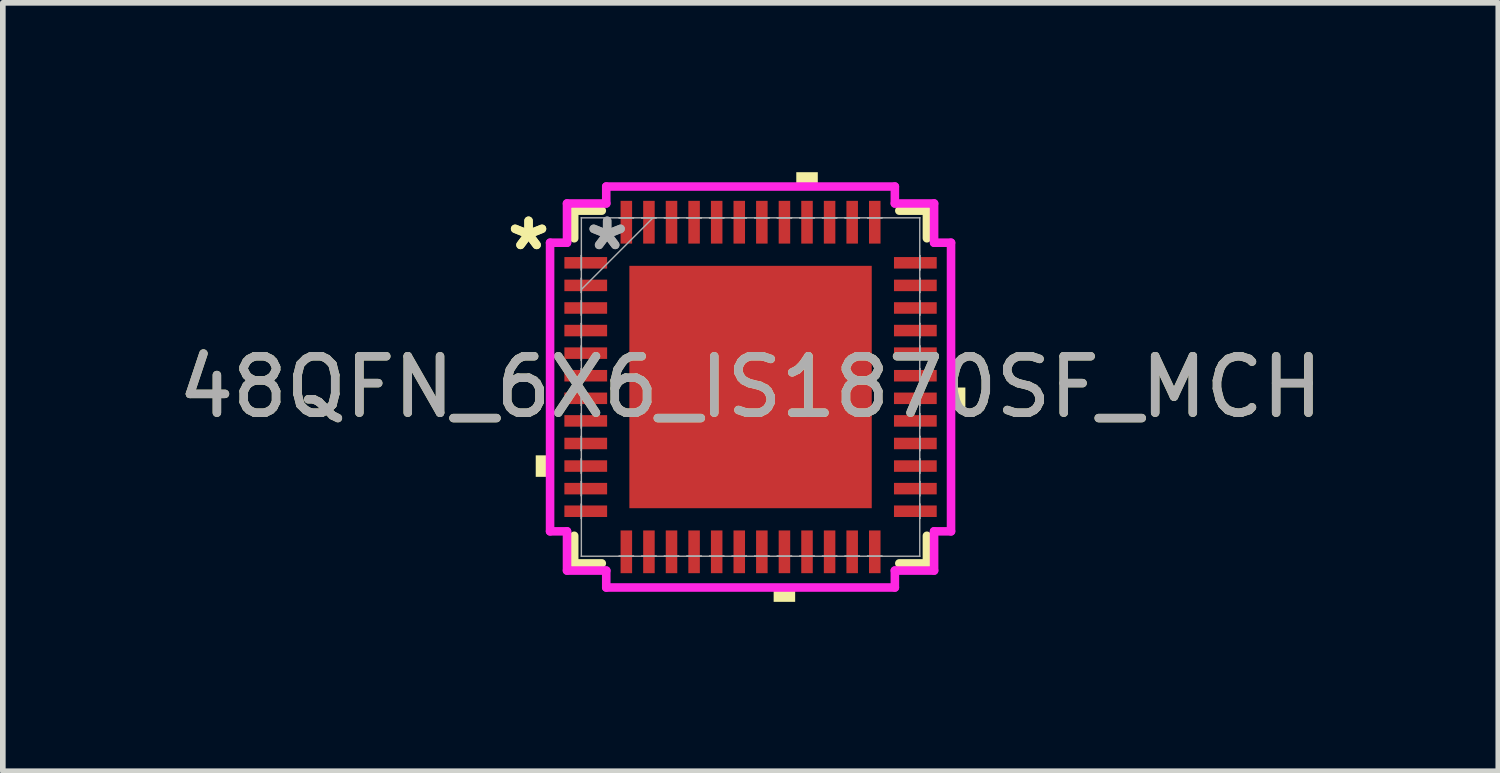
<source format=kicad_pcb>
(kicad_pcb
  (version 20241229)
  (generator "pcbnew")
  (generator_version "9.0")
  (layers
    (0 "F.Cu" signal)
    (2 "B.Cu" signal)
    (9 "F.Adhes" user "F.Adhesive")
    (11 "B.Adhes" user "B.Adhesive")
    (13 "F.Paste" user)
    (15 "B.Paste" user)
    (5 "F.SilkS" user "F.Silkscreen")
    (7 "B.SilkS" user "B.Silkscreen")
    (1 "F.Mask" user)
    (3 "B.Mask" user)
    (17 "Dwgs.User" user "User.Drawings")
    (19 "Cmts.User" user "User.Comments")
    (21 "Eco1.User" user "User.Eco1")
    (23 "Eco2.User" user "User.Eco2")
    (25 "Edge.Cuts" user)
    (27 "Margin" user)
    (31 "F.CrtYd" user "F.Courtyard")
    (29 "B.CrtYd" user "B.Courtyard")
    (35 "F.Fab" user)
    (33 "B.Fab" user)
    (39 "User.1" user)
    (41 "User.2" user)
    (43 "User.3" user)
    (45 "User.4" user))
  (footprint "48QFN_6X6_IS1870SF_MCH"
    (layer "F.Cu")
    (at 10.244 3.805)
    (property "Reference" "48QFN_6X6_IS1870SF_MCH" (at 0 0 0) (unlocked yes) (layer "F.SilkS") (effects (font (size 1 1) (thickness 0.15))))
    (attr smd)
    (fp_line (start -3.124 -3.124) (end -3.124 -2.635) (stroke (width 0.152) (type solid)) (layer "F.SilkS"))
    (fp_line (start -3.124 2.635) (end -3.124 3.124) (stroke (width 0.152) (type solid)) (layer "F.SilkS"))
    (fp_line (start -3.124 3.124) (end -2.635 3.124) (stroke (width 0.152) (type solid)) (layer "F.SilkS"))
    (fp_line (start -2.635 -3.124) (end -3.124 -3.124) (stroke (width 0.152) (type solid)) (layer "F.SilkS"))
    (fp_line (start 2.635 3.124) (end 3.124 3.124) (stroke (width 0.152) (type solid)) (layer "F.SilkS"))
    (fp_line (start 3.124 -3.124) (end 2.635 -3.124) (stroke (width 0.152) (type solid)) (layer "F.SilkS"))
    (fp_line (start 3.124 -2.635) (end 3.124 -3.124) (stroke (width 0.152) (type solid)) (layer "F.SilkS"))
    (fp_line (start 3.124 3.124) (end 3.124 2.635) (stroke (width 0.152) (type solid)) (layer "F.SilkS"))
    (fp_poly (pts (xy -3.805 1.21) (xy -3.805 1.591) (xy -3.551 1.591) (xy -3.551 1.21)) (stroke (width 0) (type solid)) (fill yes) (layer "F.SilkS"))
    (fp_poly (pts (xy 0.409 3.551) (xy 0.409 3.805) (xy 0.79 3.805) (xy 0.79 3.551)) (stroke (width 0) (type solid)) (fill yes) (layer "F.SilkS"))
    (fp_poly (pts (xy 0.81 -3.551) (xy 0.81 -3.805) (xy 1.191 -3.805) (xy 1.191 -3.551)) (stroke (width 0) (type solid)) (fill yes) (layer "F.SilkS"))
    (fp_poly (pts (xy 3.805 0.009) (xy 3.805 0.391) (xy 3.551 0.391) (xy 3.551 0.009)) (stroke (width 0) (type solid)) (fill yes) (layer "F.SilkS"))
    (fp_poly (pts (xy -2.046 -2.046) (xy -2.046 -0.815) (xy -0.815 -0.815) (xy -0.815 -2.046)) (stroke (width 0) (type solid)) (fill yes) (layer "F.Paste"))
    (fp_poly (pts (xy -2.046 -0.615) (xy -2.046 0.615) (xy -0.815 0.615) (xy -0.815 -0.615)) (stroke (width 0) (type solid)) (fill yes) (layer "F.Paste"))
    (fp_poly (pts (xy -2.046 0.815) (xy -2.046 2.046) (xy -0.815 2.046) (xy -0.815 0.815)) (stroke (width 0) (type solid)) (fill yes) (layer "F.Paste"))
    (fp_poly (pts (xy -0.615 -2.046) (xy -0.615 -0.815) (xy 0.615 -0.815) (xy 0.615 -2.046)) (stroke (width 0) (type solid)) (fill yes) (layer "F.Paste"))
    (fp_poly (pts (xy -0.615 -0.615) (xy -0.615 0.615) (xy 0.615 0.615) (xy 0.615 -0.615)) (stroke (width 0) (type solid)) (fill yes) (layer "F.Paste"))
    (fp_poly (pts (xy -0.615 0.815) (xy -0.615 2.046) (xy 0.615 2.046) (xy 0.615 0.815)) (stroke (width 0) (type solid)) (fill yes) (layer "F.Paste"))
    (fp_poly (pts (xy 0.815 -2.046) (xy 0.815 -0.815) (xy 2.046 -0.815) (xy 2.046 -2.046)) (stroke (width 0) (type solid)) (fill yes) (layer "F.Paste"))
    (fp_poly (pts (xy 0.815 -0.615) (xy 0.815 0.615) (xy 2.046 0.615) (xy 2.046 -0.615)) (stroke (width 0) (type solid)) (fill yes) (layer "F.Paste"))
    (fp_poly (pts (xy 0.815 0.815) (xy 0.815 2.046) (xy 2.046 2.046) (xy 2.046 0.815)) (stroke (width 0) (type solid)) (fill yes) (layer "F.Paste"))
    (fp_line (start -3.551 -2.556) (end -3.251 -2.556) (stroke (width 0.152) (type solid)) (layer "F.CrtYd"))
    (fp_line (start -3.551 2.556) (end -3.551 -2.556) (stroke (width 0.152) (type solid)) (layer "F.CrtYd"))
    (fp_line (start -3.251 -3.251) (end -2.556 -3.251) (stroke (width 0.152) (type solid)) (layer "F.CrtYd"))
    (fp_line (start -3.251 -2.556) (end -3.251 -3.251) (stroke (width 0.152) (type solid)) (layer "F.CrtYd"))
    (fp_line (start -3.251 2.556) (end -3.551 2.556) (stroke (width 0.152) (type solid)) (layer "F.CrtYd"))
    (fp_line (start -3.251 3.251) (end -3.251 2.556) (stroke (width 0.152) (type solid)) (layer "F.CrtYd"))
    (fp_line (start -2.556 -3.551) (end 2.556 -3.551) (stroke (width 0.152) (type solid)) (layer "F.CrtYd"))
    (fp_line (start -2.556 -3.251) (end -2.556 -3.551) (stroke (width 0.152) (type solid)) (layer "F.CrtYd"))
    (fp_line (start -2.556 3.251) (end -3.251 3.251) (stroke (width 0.152) (type solid)) (layer "F.CrtYd"))
    (fp_line (start -2.556 3.551) (end -2.556 3.251) (stroke (width 0.152) (type solid)) (layer "F.CrtYd"))
    (fp_line (start 2.556 -3.551) (end 2.556 -3.251) (stroke (width 0.152) (type solid)) (layer "F.CrtYd"))
    (fp_line (start 2.556 -3.251) (end 3.251 -3.251) (stroke (width 0.152) (type solid)) (layer "F.CrtYd"))
    (fp_line (start 2.556 3.251) (end 2.556 3.551) (stroke (width 0.152) (type solid)) (layer "F.CrtYd"))
    (fp_line (start 2.556 3.551) (end -2.556 3.551) (stroke (width 0.152) (type solid)) (layer "F.CrtYd"))
    (fp_line (start 3.251 -3.251) (end 3.251 -2.556) (stroke (width 0.152) (type solid)) (layer "F.CrtYd"))
    (fp_line (start 3.251 -2.556) (end 3.551 -2.556) (stroke (width 0.152) (type solid)) (layer "F.CrtYd"))
    (fp_line (start 3.251 2.556) (end 3.251 3.251) (stroke (width 0.152) (type solid)) (layer "F.CrtYd"))
    (fp_line (start 3.251 3.251) (end 2.556 3.251) (stroke (width 0.152) (type solid)) (layer "F.CrtYd"))
    (fp_line (start 3.551 -2.556) (end 3.551 2.556) (stroke (width 0.152) (type solid)) (layer "F.CrtYd"))
    (fp_line (start 3.551 2.556) (end 3.251 2.556) (stroke (width 0.152) (type solid)) (layer "F.CrtYd"))
    (fp_line (start -2.997 -2.997) (end -2.997 -2.997) (stroke (width 0.025) (type solid)) (layer "F.Fab"))
    (fp_line (start -2.997 -2.997) (end -2.997 2.997) (stroke (width 0.025) (type solid)) (layer "F.Fab"))
    (fp_line (start -2.997 -2.327) (end -2.997 -2.327) (stroke (width 0.025) (type solid)) (layer "F.Fab"))
    (fp_line (start -2.997 -2.327) (end -2.997 -2.073) (stroke (width 0.025) (type solid)) (layer "F.Fab"))
    (fp_line (start -2.997 -2.073) (end -2.997 -2.327) (stroke (width 0.025) (type solid)) (layer "F.Fab"))
    (fp_line (start -2.997 -2.073) (end -2.997 -2.073) (stroke (width 0.025) (type solid)) (layer "F.Fab"))
    (fp_line (start -2.997 -1.927) (end -2.997 -1.927) (stroke (width 0.025) (type solid)) (layer "F.Fab"))
    (fp_line (start -2.997 -1.927) (end -2.997 -1.673) (stroke (width 0.025) (type solid)) (layer "F.Fab"))
    (fp_line (start -2.997 -1.727) (end -1.727 -2.997) (stroke (width 0.025) (type solid)) (layer "F.Fab"))
    (fp_line (start -2.997 -1.673) (end -2.997 -1.927) (stroke (width 0.025) (type solid)) (layer "F.Fab"))
    (fp_line (start -2.997 -1.673) (end -2.997 -1.673) (stroke (width 0.025) (type solid)) (layer "F.Fab"))
    (fp_line (start -2.997 -1.527) (end -2.997 -1.527) (stroke (width 0.025) (type solid)) (layer "F.Fab"))
    (fp_line (start -2.997 -1.527) (end -2.997 -1.273) (stroke (width 0.025) (type solid)) (layer "F.Fab"))
    (fp_line (start -2.997 -1.273) (end -2.997 -1.527) (stroke (width 0.025) (type solid)) (layer "F.Fab"))
    (fp_line (start -2.997 -1.273) (end -2.997 -1.273) (stroke (width 0.025) (type solid)) (layer "F.Fab"))
    (fp_line (start -2.997 -1.127) (end -2.997 -1.127) (stroke (width 0.025) (type solid)) (layer "F.Fab"))
    (fp_line (start -2.997 -1.127) (end -2.997 -0.873) (stroke (width 0.025) (type solid)) (layer "F.Fab"))
    (fp_line (start -2.997 -0.873) (end -2.997 -1.127) (stroke (width 0.025) (type solid)) (layer "F.Fab"))
    (fp_line (start -2.997 -0.873) (end -2.997 -0.873) (stroke (width 0.025) (type solid)) (layer "F.Fab"))
    (fp_line (start -2.997 -0.727) (end -2.997 -0.727) (stroke (width 0.025) (type solid)) (layer "F.Fab"))
    (fp_line (start -2.997 -0.727) (end -2.997 -0.473) (stroke (width 0.025) (type solid)) (layer "F.Fab"))
    (fp_line (start -2.997 -0.473) (end -2.997 -0.727) (stroke (width 0.025) (type solid)) (layer "F.Fab"))
    (fp_line (start -2.997 -0.473) (end -2.997 -0.473) (stroke (width 0.025) (type solid)) (layer "F.Fab"))
    (fp_line (start -2.997 -0.327) (end -2.997 -0.327) (stroke (width 0.025) (type solid)) (layer "F.Fab"))
    (fp_line (start -2.997 -0.327) (end -2.997 -0.073) (stroke (width 0.025) (type solid)) (layer "F.Fab"))
    (fp_line (start -2.997 -0.073) (end -2.997 -0.327) (stroke (width 0.025) (type solid)) (layer "F.Fab"))
    (fp_line (start -2.997 -0.073) (end -2.997 -0.073) (stroke (width 0.025) (type solid)) (layer "F.Fab"))
    (fp_line (start -2.997 0.073) (end -2.997 0.073) (stroke (width 0.025) (type solid)) (layer "F.Fab"))
    (fp_line (start -2.997 0.073) (end -2.997 0.327) (stroke (width 0.025) (type solid)) (layer "F.Fab"))
    (fp_line (start -2.997 0.327) (end -2.997 0.073) (stroke (width 0.025) (type solid)) (layer "F.Fab"))
    (fp_line (start -2.997 0.327) (end -2.997 0.327) (stroke (width 0.025) (type solid)) (layer "F.Fab"))
    (fp_line (start -2.997 0.473) (end -2.997 0.473) (stroke (width 0.025) (type solid)) (layer "F.Fab"))
    (fp_line (start -2.997 0.473) (end -2.997 0.727) (stroke (width 0.025) (type solid)) (layer "F.Fab"))
    (fp_line (start -2.997 0.727) (end -2.997 0.473) (stroke (width 0.025) (type solid)) (layer "F.Fab"))
    (fp_line (start -2.997 0.727) (end -2.997 0.727) (stroke (width 0.025) (type solid)) (layer "F.Fab"))
    (fp_line (start -2.997 0.873) (end -2.997 0.873) (stroke (width 0.025) (type solid)) (layer "F.Fab"))
    (fp_line (start -2.997 0.873) (end -2.997 1.127) (stroke (width 0.025) (type solid)) (layer "F.Fab"))
    (fp_line (start -2.997 1.127) (end -2.997 0.873) (stroke (width 0.025) (type solid)) (layer "F.Fab"))
    (fp_line (start -2.997 1.127) (end -2.997 1.127) (stroke (width 0.025) (type solid)) (layer "F.Fab"))
    (fp_line (start -2.997 1.273) (end -2.997 1.273) (stroke (width 0.025) (type solid)) (layer "F.Fab"))
    (fp_line (start -2.997 1.273) (end -2.997 1.527) (stroke (width 0.025) (type solid)) (layer "F.Fab"))
    (fp_line (start -2.997 1.527) (end -2.997 1.273) (stroke (width 0.025) (type solid)) (layer "F.Fab"))
    (fp_line (start -2.997 1.527) (end -2.997 1.527) (stroke (width 0.025) (type solid)) (layer "F.Fab"))
    (fp_line (start -2.997 1.673) (end -2.997 1.673) (stroke (width 0.025) (type solid)) (layer "F.Fab"))
    (fp_line (start -2.997 1.673) (end -2.997 1.927) (stroke (width 0.025) (type solid)) (layer "F.Fab"))
    (fp_line (start -2.997 1.927) (end -2.997 1.673) (stroke (width 0.025) (type solid)) (layer "F.Fab"))
    (fp_line (start -2.997 1.927) (end -2.997 1.927) (stroke (width 0.025) (type solid)) (layer "F.Fab"))
    (fp_line (start -2.997 2.073) (end -2.997 2.073) (stroke (width 0.025) (type solid)) (layer "F.Fab"))
    (fp_line (start -2.997 2.073) (end -2.997 2.327) (stroke (width 0.025) (type solid)) (layer "F.Fab"))
    (fp_line (start -2.997 2.327) (end -2.997 2.073) (stroke (width 0.025) (type solid)) (layer "F.Fab"))
    (fp_line (start -2.997 2.327) (end -2.997 2.327) (stroke (width 0.025) (type solid)) (layer "F.Fab"))
    (fp_line (start -2.997 2.997) (end -2.997 2.997) (stroke (width 0.025) (type solid)) (layer "F.Fab"))
    (fp_line (start -2.997 2.997) (end 2.997 2.997) (stroke (width 0.025) (type solid)) (layer "F.Fab"))
    (fp_line (start -2.327 -2.997) (end -2.327 -2.997) (stroke (width 0.025) (type solid)) (layer "F.Fab"))
    (fp_line (start -2.327 -2.997) (end -2.073 -2.997) (stroke (width 0.025) (type solid)) (layer "F.Fab"))
    (fp_line (start -2.327 2.997) (end -2.327 2.997) (stroke (width 0.025) (type solid)) (layer "F.Fab"))
    (fp_line (start -2.327 2.997) (end -2.073 2.997) (stroke (width 0.025) (type solid)) (layer "F.Fab"))
    (fp_line (start -2.073 -2.997) (end -2.327 -2.997) (stroke (width 0.025) (type solid)) (layer "F.Fab"))
    (fp_line (start -2.073 -2.997) (end -2.073 -2.997) (stroke (width 0.025) (type solid)) (layer "F.Fab"))
    (fp_line (start -2.073 2.997) (end -2.327 2.997) (stroke (width 0.025) (type solid)) (layer "F.Fab"))
    (fp_line (start -2.073 2.997) (end -2.073 2.997) (stroke (width 0.025) (type solid)) (layer "F.Fab"))
    (fp_line (start -1.927 -2.997) (end -1.927 -2.997) (stroke (width 0.025) (type solid)) (layer "F.Fab"))
    (fp_line (start -1.927 -2.997) (end -1.673 -2.997) (stroke (width 0.025) (type solid)) (layer "F.Fab"))
    (fp_line (start -1.927 2.997) (end -1.927 2.997) (stroke (width 0.025) (type solid)) (layer "F.Fab"))
    (fp_line (start -1.927 2.997) (end -1.673 2.997) (stroke (width 0.025) (type solid)) (layer "F.Fab"))
    (fp_line (start -1.673 -2.997) (end -1.927 -2.997) (stroke (width 0.025) (type solid)) (layer "F.Fab"))
    (fp_line (start -1.673 -2.997) (end -1.673 -2.997) (stroke (width 0.025) (type solid)) (layer "F.Fab"))
    (fp_line (start -1.673 2.997) (end -1.927 2.997) (stroke (width 0.025) (type solid)) (layer "F.Fab"))
    (fp_line (start -1.673 2.997) (end -1.673 2.997) (stroke (width 0.025) (type solid)) (layer "F.Fab"))
    (fp_line (start -1.527 -2.997) (end -1.527 -2.997) (stroke (width 0.025) (type solid)) (layer "F.Fab"))
    (fp_line (start -1.527 -2.997) (end -1.273 -2.997) (stroke (width 0.025) (type solid)) (layer "F.Fab"))
    (fp_line (start -1.527 2.997) (end -1.527 2.997) (stroke (width 0.025) (type solid)) (layer "F.Fab"))
    (fp_line (start -1.527 2.997) (end -1.273 2.997) (stroke (width 0.025) (type solid)) (layer "F.Fab"))
    (fp_line (start -1.273 -2.997) (end -1.527 -2.997) (stroke (width 0.025) (type solid)) (layer "F.Fab"))
    (fp_line (start -1.273 -2.997) (end -1.273 -2.997) (stroke (width 0.025) (type solid)) (layer "F.Fab"))
    (fp_line (start -1.273 2.997) (end -1.527 2.997) (stroke (width 0.025) (type solid)) (layer "F.Fab"))
    (fp_line (start -1.273 2.997) (end -1.273 2.997) (stroke (width 0.025) (type solid)) (layer "F.Fab"))
    (fp_line (start -1.127 -2.997) (end -1.127 -2.997) (stroke (width 0.025) (type solid)) (layer "F.Fab"))
    (fp_line (start -1.127 -2.997) (end -0.873 -2.997) (stroke (width 0.025) (type solid)) (layer "F.Fab"))
    (fp_line (start -1.127 2.997) (end -1.127 2.997) (stroke (width 0.025) (type solid)) (layer "F.Fab"))
    (fp_line (start -1.127 2.997) (end -0.873 2.997) (stroke (width 0.025) (type solid)) (layer "F.Fab"))
    (fp_line (start -0.873 -2.997) (end -1.127 -2.997) (stroke (width 0.025) (type solid)) (layer "F.Fab"))
    (fp_line (start -0.873 -2.997) (end -0.873 -2.997) (stroke (width 0.025) (type solid)) (layer "F.Fab"))
    (fp_line (start -0.873 2.997) (end -1.127 2.997) (stroke (width 0.025) (type solid)) (layer "F.Fab"))
    (fp_line (start -0.873 2.997) (end -0.873 2.997) (stroke (width 0.025) (type solid)) (layer "F.Fab"))
    (fp_line (start -0.727 -2.997) (end -0.727 -2.997) (stroke (width 0.025) (type solid)) (layer "F.Fab"))
    (fp_line (start -0.727 -2.997) (end -0.473 -2.997) (stroke (width 0.025) (type solid)) (layer "F.Fab"))
    (fp_line (start -0.727 2.997) (end -0.727 2.997) (stroke (width 0.025) (type solid)) (layer "F.Fab"))
    (fp_line (start -0.727 2.997) (end -0.473 2.997) (stroke (width 0.025) (type solid)) (layer "F.Fab"))
    (fp_line (start -0.473 -2.997) (end -0.727 -2.997) (stroke (width 0.025) (type solid)) (layer "F.Fab"))
    (fp_line (start -0.473 -2.997) (end -0.473 -2.997) (stroke (width 0.025) (type solid)) (layer "F.Fab"))
    (fp_line (start -0.473 2.997) (end -0.727 2.997) (stroke (width 0.025) (type solid)) (layer "F.Fab"))
    (fp_line (start -0.473 2.997) (end -0.473 2.997) (stroke (width 0.025) (type solid)) (layer "F.Fab"))
    (fp_line (start -0.327 -2.997) (end -0.327 -2.997) (stroke (width 0.025) (type solid)) (layer "F.Fab"))
    (fp_line (start -0.327 -2.997) (end -0.073 -2.997) (stroke (width 0.025) (type solid)) (layer "F.Fab"))
    (fp_line (start -0.327 2.997) (end -0.327 2.997) (stroke (width 0.025) (type solid)) (layer "F.Fab"))
    (fp_line (start -0.327 2.997) (end -0.073 2.997) (stroke (width 0.025) (type solid)) (layer "F.Fab"))
    (fp_line (start -0.073 -2.997) (end -0.327 -2.997) (stroke (width 0.025) (type solid)) (layer "F.Fab"))
    (fp_line (start -0.073 -2.997) (end -0.073 -2.997) (stroke (width 0.025) (type solid)) (layer "F.Fab"))
    (fp_line (start -0.073 2.997) (end -0.327 2.997) (stroke (width 0.025) (type solid)) (layer "F.Fab"))
    (fp_line (start -0.073 2.997) (end -0.073 2.997) (stroke (width 0.025) (type solid)) (layer "F.Fab"))
    (fp_line (start 0.073 -2.997) (end 0.073 -2.997) (stroke (width 0.025) (type solid)) (layer "F.Fab"))
    (fp_line (start 0.073 -2.997) (end 0.327 -2.997) (stroke (width 0.025) (type solid)) (layer "F.Fab"))
    (fp_line (start 0.073 2.997) (end 0.073 2.997) (stroke (width 0.025) (type solid)) (layer "F.Fab"))
    (fp_line (start 0.073 2.997) (end 0.327 2.997) (stroke (width 0.025) (type solid)) (layer "F.Fab"))
    (fp_line (start 0.327 -2.997) (end 0.073 -2.997) (stroke (width 0.025) (type solid)) (layer "F.Fab"))
    (fp_line (start 0.327 -2.997) (end 0.327 -2.997) (stroke (width 0.025) (type solid)) (layer "F.Fab"))
    (fp_line (start 0.327 2.997) (end 0.073 2.997) (stroke (width 0.025) (type solid)) (layer "F.Fab"))
    (fp_line (start 0.327 2.997) (end 0.327 2.997) (stroke (width 0.025) (type solid)) (layer "F.Fab"))
    (fp_line (start 0.473 -2.997) (end 0.473 -2.997) (stroke (width 0.025) (type solid)) (layer "F.Fab"))
    (fp_line (start 0.473 -2.997) (end 0.727 -2.997) (stroke (width 0.025) (type solid)) (layer "F.Fab"))
    (fp_line (start 0.473 2.997) (end 0.473 2.997) (stroke (width 0.025) (type solid)) (layer "F.Fab"))
    (fp_line (start 0.473 2.997) (end 0.727 2.997) (stroke (width 0.025) (type solid)) (layer "F.Fab"))
    (fp_line (start 0.727 -2.997) (end 0.473 -2.997) (stroke (width 0.025) (type solid)) (layer "F.Fab"))
    (fp_line (start 0.727 -2.997) (end 0.727 -2.997) (stroke (width 0.025) (type solid)) (layer "F.Fab"))
    (fp_line (start 0.727 2.997) (end 0.473 2.997) (stroke (width 0.025) (type solid)) (layer "F.Fab"))
    (fp_line (start 0.727 2.997) (end 0.727 2.997) (stroke (width 0.025) (type solid)) (layer "F.Fab"))
    (fp_line (start 0.873 -2.997) (end 0.873 -2.997) (stroke (width 0.025) (type solid)) (layer "F.Fab"))
    (fp_line (start 0.873 -2.997) (end 1.127 -2.997) (stroke (width 0.025) (type solid)) (layer "F.Fab"))
    (fp_line (start 0.873 2.997) (end 0.873 2.997) (stroke (width 0.025) (type solid)) (layer "F.Fab"))
    (fp_line (start 0.873 2.997) (end 1.127 2.997) (stroke (width 0.025) (type solid)) (layer "F.Fab"))
    (fp_line (start 1.127 -2.997) (end 0.873 -2.997) (stroke (width 0.025) (type solid)) (layer "F.Fab"))
    (fp_line (start 1.127 -2.997) (end 1.127 -2.997) (stroke (width 0.025) (type solid)) (layer "F.Fab"))
    (fp_line (start 1.127 2.997) (end 0.873 2.997) (stroke (width 0.025) (type solid)) (layer "F.Fab"))
    (fp_line (start 1.127 2.997) (end 1.127 2.997) (stroke (width 0.025) (type solid)) (layer "F.Fab"))
    (fp_line (start 1.273 -2.997) (end 1.273 -2.997) (stroke (width 0.025) (type solid)) (layer "F.Fab"))
    (fp_line (start 1.273 -2.997) (end 1.527 -2.997) (stroke (width 0.025) (type solid)) (layer "F.Fab"))
    (fp_line (start 1.273 2.997) (end 1.273 2.997) (stroke (width 0.025) (type solid)) (layer "F.Fab"))
    (fp_line (start 1.273 2.997) (end 1.527 2.997) (stroke (width 0.025) (type solid)) (layer "F.Fab"))
    (fp_line (start 1.527 -2.997) (end 1.273 -2.997) (stroke (width 0.025) (type solid)) (layer "F.Fab"))
    (fp_line (start 1.527 -2.997) (end 1.527 -2.997) (stroke (width 0.025) (type solid)) (layer "F.Fab"))
    (fp_line (start 1.527 2.997) (end 1.273 2.997) (stroke (width 0.025) (type solid)) (layer "F.Fab"))
    (fp_line (start 1.527 2.997) (end 1.527 2.997) (stroke (width 0.025) (type solid)) (layer "F.Fab"))
    (fp_line (start 1.673 -2.997) (end 1.673 -2.997) (stroke (width 0.025) (type solid)) (layer "F.Fab"))
    (fp_line (start 1.673 -2.997) (end 1.927 -2.997) (stroke (width 0.025) (type solid)) (layer "F.Fab"))
    (fp_line (start 1.673 2.997) (end 1.673 2.997) (stroke (width 0.025) (type solid)) (layer "F.Fab"))
    (fp_line (start 1.673 2.997) (end 1.927 2.997) (stroke (width 0.025) (type solid)) (layer "F.Fab"))
    (fp_line (start 1.927 -2.997) (end 1.673 -2.997) (stroke (width 0.025) (type solid)) (layer "F.Fab"))
    (fp_line (start 1.927 -2.997) (end 1.927 -2.997) (stroke (width 0.025) (type solid)) (layer "F.Fab"))
    (fp_line (start 1.927 2.997) (end 1.673 2.997) (stroke (width 0.025) (type solid)) (layer "F.Fab"))
    (fp_line (start 1.927 2.997) (end 1.927 2.997) (stroke (width 0.025) (type solid)) (layer "F.Fab"))
    (fp_line (start 2.073 -2.997) (end 2.073 -2.997) (stroke (width 0.025) (type solid)) (layer "F.Fab"))
    (fp_line (start 2.073 -2.997) (end 2.327 -2.997) (stroke (width 0.025) (type solid)) (layer "F.Fab"))
    (fp_line (start 2.073 2.997) (end 2.073 2.997) (stroke (width 0.025) (type solid)) (layer "F.Fab"))
    (fp_line (start 2.073 2.997) (end 2.327 2.997) (stroke (width 0.025) (type solid)) (layer "F.Fab"))
    (fp_line (start 2.327 -2.997) (end 2.073 -2.997) (stroke (width 0.025) (type solid)) (layer "F.Fab"))
    (fp_line (start 2.327 -2.997) (end 2.327 -2.997) (stroke (width 0.025) (type solid)) (layer "F.Fab"))
    (fp_line (start 2.327 2.997) (end 2.073 2.997) (stroke (width 0.025) (type solid)) (layer "F.Fab"))
    (fp_line (start 2.327 2.997) (end 2.327 2.997) (stroke (width 0.025) (type solid)) (layer "F.Fab"))
    (fp_line (start 2.997 -2.997) (end -2.997 -2.997) (stroke (width 0.025) (type solid)) (layer "F.Fab"))
    (fp_line (start 2.997 -2.997) (end 2.997 -2.997) (stroke (width 0.025) (type solid)) (layer "F.Fab"))
    (fp_line (start 2.997 -2.327) (end 2.997 -2.327) (stroke (width 0.025) (type solid)) (layer "F.Fab"))
    (fp_line (start 2.997 -2.327) (end 2.997 -2.073) (stroke (width 0.025) (type solid)) (layer "F.Fab"))
    (fp_line (start 2.997 -2.073) (end 2.997 -2.327) (stroke (width 0.025) (type solid)) (layer "F.Fab"))
    (fp_line (start 2.997 -2.073) (end 2.997 -2.073) (stroke (width 0.025) (type solid)) (layer "F.Fab"))
    (fp_line (start 2.997 -1.927) (end 2.997 -1.927) (stroke (width 0.025) (type solid)) (layer "F.Fab"))
    (fp_line (start 2.997 -1.927) (end 2.997 -1.673) (stroke (width 0.025) (type solid)) (layer "F.Fab"))
    (fp_line (start 2.997 -1.673) (end 2.997 -1.927) (stroke (width 0.025) (type solid)) (layer "F.Fab"))
    (fp_line (start 2.997 -1.673) (end 2.997 -1.673) (stroke (width 0.025) (type solid)) (layer "F.Fab"))
    (fp_line (start 2.997 -1.527) (end 2.997 -1.527) (stroke (width 0.025) (type solid)) (layer "F.Fab"))
    (fp_line (start 2.997 -1.527) (end 2.997 -1.273) (stroke (width 0.025) (type solid)) (layer "F.Fab"))
    (fp_line (start 2.997 -1.273) (end 2.997 -1.527) (stroke (width 0.025) (type solid)) (layer "F.Fab"))
    (fp_line (start 2.997 -1.273) (end 2.997 -1.273) (stroke (width 0.025) (type solid)) (layer "F.Fab"))
    (fp_line (start 2.997 -1.127) (end 2.997 -1.127) (stroke (width 0.025) (type solid)) (layer "F.Fab"))
    (fp_line (start 2.997 -1.127) (end 2.997 -0.873) (stroke (width 0.025) (type solid)) (layer "F.Fab"))
    (fp_line (start 2.997 -0.873) (end 2.997 -1.127) (stroke (width 0.025) (type solid)) (layer "F.Fab"))
    (fp_line (start 2.997 -0.873) (end 2.997 -0.873) (stroke (width 0.025) (type solid)) (layer "F.Fab"))
    (fp_line (start 2.997 -0.727) (end 2.997 -0.727) (stroke (width 0.025) (type solid)) (layer "F.Fab"))
    (fp_line (start 2.997 -0.727) (end 2.997 -0.473) (stroke (width 0.025) (type solid)) (layer "F.Fab"))
    (fp_line (start 2.997 -0.473) (end 2.997 -0.727) (stroke (width 0.025) (type solid)) (layer "F.Fab"))
    (fp_line (start 2.997 -0.473) (end 2.997 -0.473) (stroke (width 0.025) (type solid)) (layer "F.Fab"))
    (fp_line (start 2.997 -0.327) (end 2.997 -0.327) (stroke (width 0.025) (type solid)) (layer "F.Fab"))
    (fp_line (start 2.997 -0.327) (end 2.997 -0.073) (stroke (width 0.025) (type solid)) (layer "F.Fab"))
    (fp_line (start 2.997 -0.073) (end 2.997 -0.327) (stroke (width 0.025) (type solid)) (layer "F.Fab"))
    (fp_line (start 2.997 -0.073) (end 2.997 -0.073) (stroke (width 0.025) (type solid)) (layer "F.Fab"))
    (fp_line (start 2.997 0.073) (end 2.997 0.073) (stroke (width 0.025) (type solid)) (layer "F.Fab"))
    (fp_line (start 2.997 0.073) (end 2.997 0.327) (stroke (width 0.025) (type solid)) (layer "F.Fab"))
    (fp_line (start 2.997 0.327) (end 2.997 0.073) (stroke (width 0.025) (type solid)) (layer "F.Fab"))
    (fp_line (start 2.997 0.327) (end 2.997 0.327) (stroke (width 0.025) (type solid)) (layer "F.Fab"))
    (fp_line (start 2.997 0.473) (end 2.997 0.473) (stroke (width 0.025) (type solid)) (layer "F.Fab"))
    (fp_line (start 2.997 0.473) (end 2.997 0.727) (stroke (width 0.025) (type solid)) (layer "F.Fab"))
    (fp_line (start 2.997 0.727) (end 2.997 0.473) (stroke (width 0.025) (type solid)) (layer "F.Fab"))
    (fp_line (start 2.997 0.727) (end 2.997 0.727) (stroke (width 0.025) (type solid)) (layer "F.Fab"))
    (fp_line (start 2.997 0.873) (end 2.997 0.873) (stroke (width 0.025) (type solid)) (layer "F.Fab"))
    (fp_line (start 2.997 0.873) (end 2.997 1.127) (stroke (width 0.025) (type solid)) (layer "F.Fab"))
    (fp_line (start 2.997 1.127) (end 2.997 0.873) (stroke (width 0.025) (type solid)) (layer "F.Fab"))
    (fp_line (start 2.997 1.127) (end 2.997 1.127) (stroke (width 0.025) (type solid)) (layer "F.Fab"))
    (fp_line (start 2.997 1.273) (end 2.997 1.273) (stroke (width 0.025) (type solid)) (layer "F.Fab"))
    (fp_line (start 2.997 1.273) (end 2.997 1.527) (stroke (width 0.025) (type solid)) (layer "F.Fab"))
    (fp_line (start 2.997 1.527) (end 2.997 1.273) (stroke (width 0.025) (type solid)) (layer "F.Fab"))
    (fp_line (start 2.997 1.527) (end 2.997 1.527) (stroke (width 0.025) (type solid)) (layer "F.Fab"))
    (fp_line (start 2.997 1.673) (end 2.997 1.673) (stroke (width 0.025) (type solid)) (layer "F.Fab"))
    (fp_line (start 2.997 1.673) (end 2.997 1.927) (stroke (width 0.025) (type solid)) (layer "F.Fab"))
    (fp_line (start 2.997 1.927) (end 2.997 1.673) (stroke (width 0.025) (type solid)) (layer "F.Fab"))
    (fp_line (start 2.997 1.927) (end 2.997 1.927) (stroke (width 0.025) (type solid)) (layer "F.Fab"))
    (fp_line (start 2.997 2.073) (end 2.997 2.073) (stroke (width 0.025) (type solid)) (layer "F.Fab"))
    (fp_line (start 2.997 2.073) (end 2.997 2.327) (stroke (width 0.025) (type solid)) (layer "F.Fab"))
    (fp_line (start 2.997 2.327) (end 2.997 2.073) (stroke (width 0.025) (type solid)) (layer "F.Fab"))
    (fp_line (start 2.997 2.327) (end 2.997 2.327) (stroke (width 0.025) (type solid)) (layer "F.Fab"))
    (fp_line (start 2.997 2.997) (end 2.997 -2.997) (stroke (width 0.025) (type solid)) (layer "F.Fab"))
    (fp_line (start 2.997 2.997) (end 2.997 2.997) (stroke (width 0.025) (type solid)) (layer "F.Fab"))
    (fp_text user "*" (at -3.932 -2.4 0) (unlocked yes) (layer "F.SilkS") (effects (font (size 1 1) (thickness 0.15))))
    (fp_text user "*" (at -3.932 -2.4 0) (layer "F.SilkS") (effects (font (size 1 1) (thickness 0.15))))
    (fp_text user "*" (at -2.54 -2.4 0) (layer "F.Fab") (effects (font (size 1 1) (thickness 0.15))))
    (fp_text user "${REFERENCE}" (at 0 0 0) (unlocked yes) (layer "F.Fab") (effects (font (size 1 1) (thickness 0.15))))
    (fp_text user "*" (at -2.54 -2.4 0) (unlocked yes) (layer "F.Fab") (effects (font (size 1 1) (thickness 0.15))))
    (pad "1" smd rect (at -2.919 -2.2 90) (size 0.204 0.757) (layers "F.Cu" "F.Mask" "F.Paste"))
    (pad "2" smd rect (at -2.919 -1.8 90) (size 0.204 0.757) (layers "F.Cu" "F.Mask" "F.Paste"))
    (pad "3" smd rect (at -2.919 -1.4 90) (size 0.204 0.757) (layers "F.Cu" "F.Mask" "F.Paste"))
    (pad "4" smd rect (at -2.919 -1 90) (size 0.204 0.757) (layers "F.Cu" "F.Mask" "F.Paste"))
    (pad "5" smd rect (at -2.919 -0.6 90) (size 0.204 0.757) (layers "F.Cu" "F.Mask" "F.Paste"))
    (pad "6" smd rect (at -2.919 -0.2 90) (size 0.204 0.757) (layers "F.Cu" "F.Mask" "F.Paste"))
    (pad "7" smd rect (at -2.919 0.2 90) (size 0.204 0.757) (layers "F.Cu" "F.Mask" "F.Paste"))
    (pad "8" smd rect (at -2.919 0.6 90) (size 0.204 0.757) (layers "F.Cu" "F.Mask" "F.Paste"))
    (pad "9" smd rect (at -2.919 1 90) (size 0.204 0.757) (layers "F.Cu" "F.Mask" "F.Paste"))
    (pad "10" smd rect (at -2.919 1.4 90) (size 0.204 0.757) (layers "F.Cu" "F.Mask" "F.Paste"))
    (pad "11" smd rect (at -2.919 1.8 90) (size 0.204 0.757) (layers "F.Cu" "F.Mask" "F.Paste"))
    (pad "12" smd rect (at -2.919 2.2 90) (size 0.204 0.757) (layers "F.Cu" "F.Mask" "F.Paste"))
    (pad "13" smd rect (at -2.2 2.919) (size 0.204 0.757) (layers "F.Cu" "F.Mask" "F.Paste"))
    (pad "14" smd rect (at -1.8 2.919) (size 0.204 0.757) (layers "F.Cu" "F.Mask" "F.Paste"))
    (pad "15" smd rect (at -1.4 2.919) (size 0.204 0.757) (layers "F.Cu" "F.Mask" "F.Paste"))
    (pad "16" smd rect (at -1 2.919) (size 0.204 0.757) (layers "F.Cu" "F.Mask" "F.Paste"))
    (pad "17" smd rect (at -0.6 2.919) (size 0.204 0.757) (layers "F.Cu" "F.Mask" "F.Paste"))
    (pad "18" smd rect (at -0.2 2.919) (size 0.204 0.757) (layers "F.Cu" "F.Mask" "F.Paste"))
    (pad "19" smd rect (at 0.2 2.919) (size 0.204 0.757) (layers "F.Cu" "F.Mask" "F.Paste"))
    (pad "20" smd rect (at 0.6 2.919) (size 0.204 0.757) (layers "F.Cu" "F.Mask" "F.Paste"))
    (pad "21" smd rect (at 1 2.919) (size 0.204 0.757) (layers "F.Cu" "F.Mask" "F.Paste"))
    (pad "22" smd rect (at 1.4 2.919) (size 0.204 0.757) (layers "F.Cu" "F.Mask" "F.Paste"))
    (pad "23" smd rect (at 1.8 2.919) (size 0.204 0.757) (layers "F.Cu" "F.Mask" "F.Paste"))
    (pad "24" smd rect (at 2.2 2.919) (size 0.204 0.757) (layers "F.Cu" "F.Mask" "F.Paste"))
    (pad "25" smd rect (at 2.919 2.2 90) (size 0.204 0.757) (layers "F.Cu" "F.Mask" "F.Paste"))
    (pad "26" smd rect (at 2.919 1.8 90) (size 0.204 0.757) (layers "F.Cu" "F.Mask" "F.Paste"))
    (pad "27" smd rect (at 2.919 1.4 90) (size 0.204 0.757) (layers "F.Cu" "F.Mask" "F.Paste"))
    (pad "28" smd rect (at 2.919 1 90) (size 0.204 0.757) (layers "F.Cu" "F.Mask" "F.Paste"))
    (pad "29" smd rect (at 2.919 0.6 90) (size 0.204 0.757) (layers "F.Cu" "F.Mask" "F.Paste"))
    (pad "30" smd rect (at 2.919 0.2 90) (size 0.204 0.757) (layers "F.Cu" "F.Mask" "F.Paste"))
    (pad "31" smd rect (at 2.919 -0.2 90) (size 0.204 0.757) (layers "F.Cu" "F.Mask" "F.Paste"))
    (pad "32" smd rect (at 2.919 -0.6 90) (size 0.204 0.757) (layers "F.Cu" "F.Mask" "F.Paste"))
    (pad "33" smd rect (at 2.919 -1 90) (size 0.204 0.757) (layers "F.Cu" "F.Mask" "F.Paste"))
    (pad "34" smd rect (at 2.919 -1.4 90) (size 0.204 0.757) (layers "F.Cu" "F.Mask" "F.Paste"))
    (pad "35" smd rect (at 2.919 -1.8 90) (size 0.204 0.757) (layers "F.Cu" "F.Mask" "F.Paste"))
    (pad "36" smd rect (at 2.919 -2.2 90) (size 0.204 0.757) (layers "F.Cu" "F.Mask" "F.Paste"))
    (pad "37" smd rect (at 2.2 -2.919) (size 0.204 0.757) (layers "F.Cu" "F.Mask" "F.Paste"))
    (pad "38" smd rect (at 1.8 -2.919) (size 0.204 0.757) (layers "F.Cu" "F.Mask" "F.Paste"))
    (pad "39" smd rect (at 1.4 -2.919) (size 0.204 0.757) (layers "F.Cu" "F.Mask" "F.Paste"))
    (pad "40" smd rect (at 1 -2.919) (size 0.204 0.757) (layers "F.Cu" "F.Mask" "F.Paste"))
    (pad "41" smd rect (at 0.6 -2.919) (size 0.204 0.757) (layers "F.Cu" "F.Mask" "F.Paste"))
    (pad "42" smd rect (at 0.2 -2.919) (size 0.204 0.757) (layers "F.Cu" "F.Mask" "F.Paste"))
    (pad "43" smd rect (at -0.2 -2.919) (size 0.204 0.757) (layers "F.Cu" "F.Mask" "F.Paste"))
    (pad "44" smd rect (at -0.6 -2.919) (size 0.204 0.757) (layers "F.Cu" "F.Mask" "F.Paste"))
    (pad "45" smd rect (at -1 -2.919) (size 0.204 0.757) (layers "F.Cu" "F.Mask" "F.Paste"))
    (pad "46" smd rect (at -1.4 -2.919) (size 0.204 0.757) (layers "F.Cu" "F.Mask" "F.Paste"))
    (pad "47" smd rect (at -1.8 -2.919) (size 0.204 0.757) (layers "F.Cu" "F.Mask" "F.Paste"))
    (pad "48" smd rect (at -2.2 -2.919) (size 0.204 0.757) (layers "F.Cu" "F.Mask" "F.Paste"))
    (pad "49" smd rect (at 0 0) (size 4.293 4.293) (layers "F.Cu" "F.Mask" "F.Paste")))
  (gr_rect
    (start -3 -3)
    (end 23.488 10.61)
    (stroke (width 0.1) (type default))
    (fill no)
    (layer "Edge.Cuts")))
</source>
